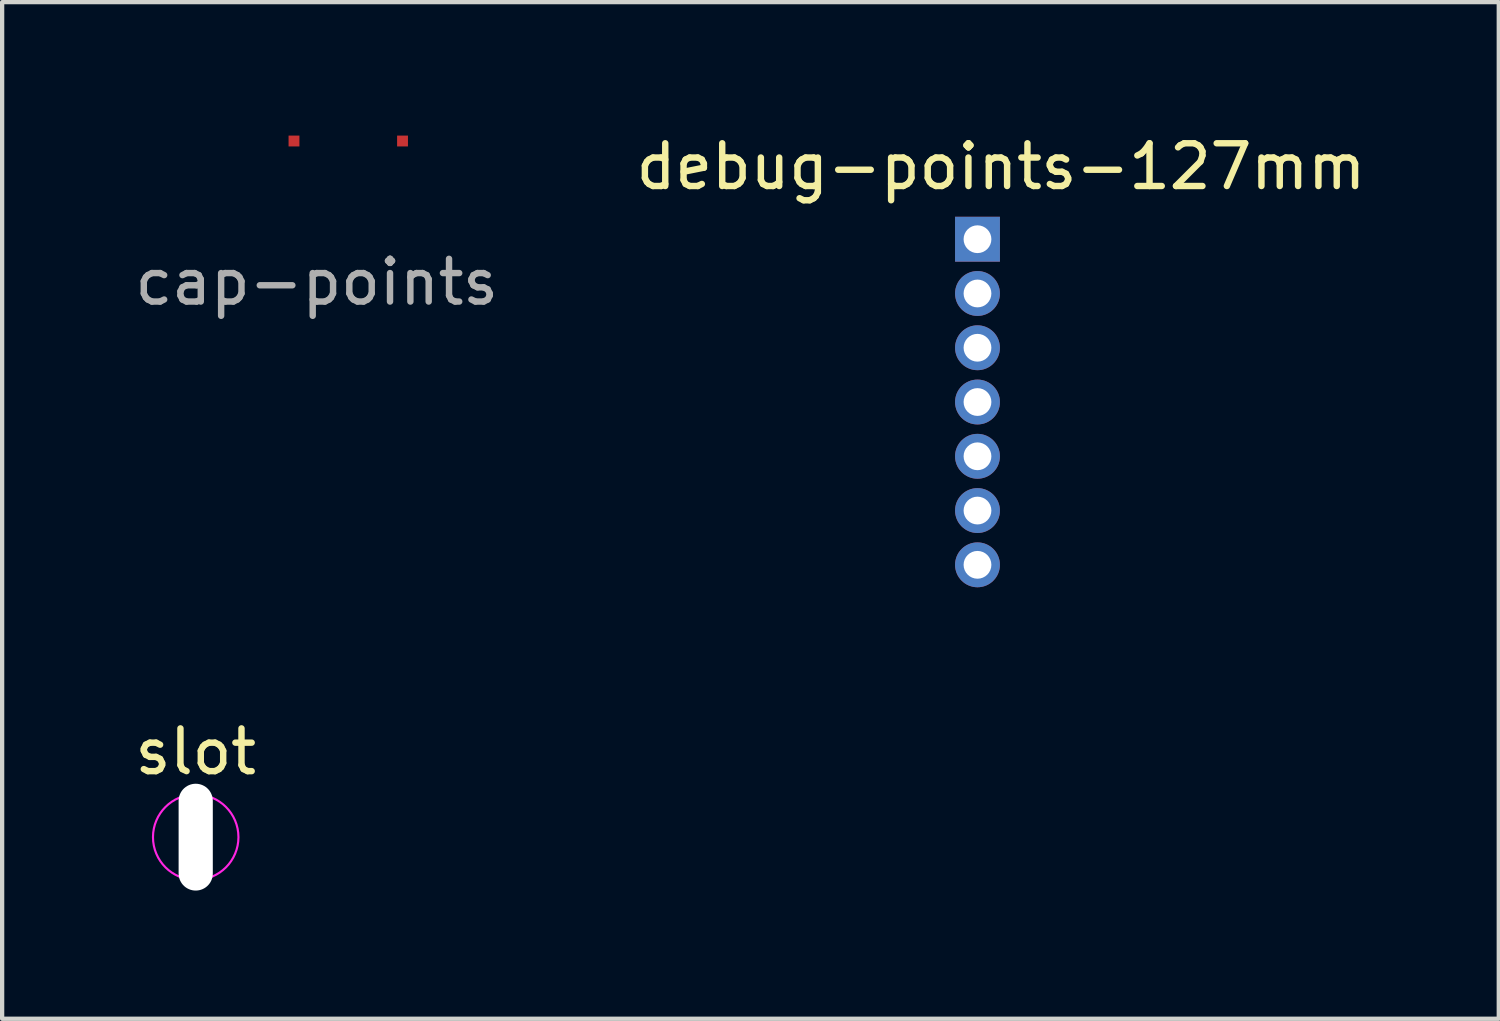
<source format=kicad_pcb>
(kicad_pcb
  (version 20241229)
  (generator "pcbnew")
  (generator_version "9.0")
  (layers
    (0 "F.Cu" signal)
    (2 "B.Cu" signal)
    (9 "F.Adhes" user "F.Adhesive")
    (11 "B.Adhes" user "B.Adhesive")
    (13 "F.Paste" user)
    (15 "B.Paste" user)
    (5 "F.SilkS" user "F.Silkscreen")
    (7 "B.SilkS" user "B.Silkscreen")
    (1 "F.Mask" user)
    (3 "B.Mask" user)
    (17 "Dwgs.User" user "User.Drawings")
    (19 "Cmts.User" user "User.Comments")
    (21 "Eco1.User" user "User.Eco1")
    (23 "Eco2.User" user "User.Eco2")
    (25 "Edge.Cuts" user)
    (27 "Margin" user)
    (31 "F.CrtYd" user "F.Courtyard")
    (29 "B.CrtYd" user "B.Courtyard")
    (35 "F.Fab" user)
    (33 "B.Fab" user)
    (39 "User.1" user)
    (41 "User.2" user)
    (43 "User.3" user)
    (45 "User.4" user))
  (footprint "slot"
    (layer "F.Cu")
    (at 1.53 16.541)
    (property "Reference" "slot" (at 0 -2 0) (layer "F.SilkS") (effects (font (size 1 1) (thickness 0.15))))
    (attr exclude_from_pos_files exclude_from_bom)
    (fp_circle (center 0 0) (end 1 0) (stroke (width 0.05) (type solid)) (fill no) (layer "F.CrtYd"))
    (pad "" np_thru_hole oval (at 0 0 90) (size 2.5 0.8) (drill oval 2.5 0.8) (layers "*.Cu")))
  (footprint "debug-points-127mm"
    (layer "F.Cu")
    (at 19.825 2.548)
    (property "Reference" "debug-points-127mm" (at 0.55 -1.7 0) (layer "F.SilkS") (effects (font (size 1 1) (thickness 0.15))))
    (attr through_hole)
    (pad "1" thru_hole rect (at 0 0) (size 1.05 1.05) (drill 0.65) (layers "*.Cu" "*.Mask"))
    (pad "2" thru_hole circle (at 0 1.27) (size 1.05 1.05) (drill 0.65) (layers "*.Cu" "*.Mask"))
    (pad "3" thru_hole circle (at 0 2.54) (size 1.05 1.05) (drill 0.65) (layers "*.Cu" "*.Mask"))
    (pad "4" thru_hole circle (at 0 3.81) (size 1.05 1.05) (drill 0.65) (layers "*.Cu" "*.Mask"))
    (pad "5" thru_hole circle (at 0 5.08) (size 1.05 1.05) (drill 0.65) (layers "*.Cu" "*.Mask"))
    (pad "6" thru_hole circle (at 0 6.35) (size 1.05 1.05) (drill 0.65) (layers "*.Cu" "*.Mask"))
    (pad "7" thru_hole circle (at 0 7.62) (size 1.05 1.05) (drill 0.65) (layers "*.Cu" "*.Mask")))
  (footprint "cap-points"
    (layer "F.Cu")
    (at 3.83 0.25)
    (property "Reference" "cap-points" (at 0.533 3.302 0) (layer "F.Fab") (effects (font (size 1 1) (thickness 0.15))))
    (attr exclude_from_pos_files exclude_from_bom)
    (pad "1" smd rect (at 0 0) (size 0.254 0.254) (layers "F.Cu"))
    (pad "2" smd rect (at 2.54 0) (size 0.254 0.254) (layers "F.Cu")))
  (gr_rect
    (start -3 -3)
    (end 32.024 20.791)
    (stroke (width 0.1) (type default))
    (fill no)
    (layer "Edge.Cuts")))
</source>
